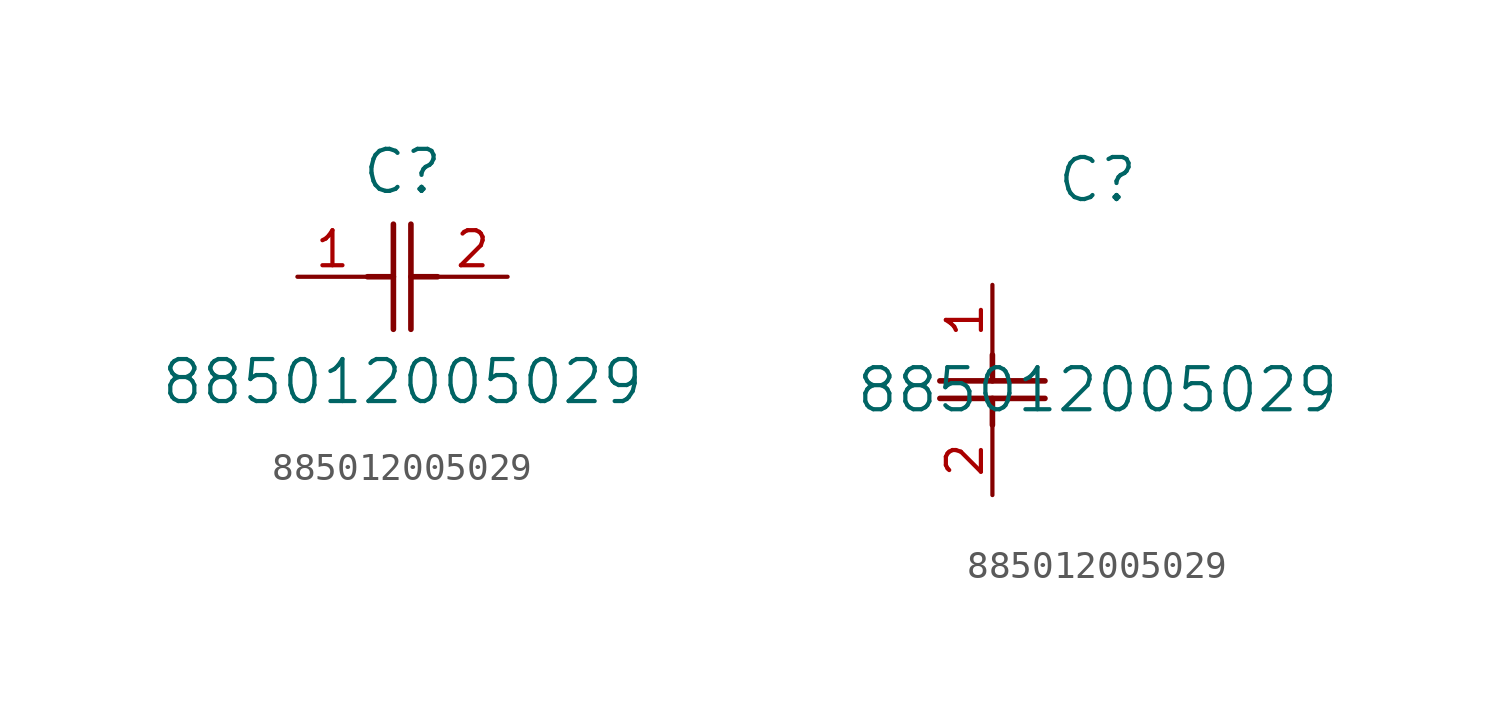
<source format=kicad_sym>
(kicad_symbol_lib
  (version 20211014)
  (generator kicad_symbol_editor)
  (symbol "885012005029"
    (pin_names
      (offset 0.254))
    (property "Reference" "C"
      (at 3.81 3.81 0)
      (effects (font (size 1.524 1.524))))
    (property "Value" "885012005029"
      (at 3.81 -3.81 0)
      (effects (font (size 1.524 1.524))))
    (symbol "885012005029_1_1"
      (polyline (pts (xy 3.48 -1.905) (xy 3.48 1.905)) (stroke (width 0.203) (type default) (color 0 0 0 0)) (fill (type none)))
      (polyline (pts (xy 4.115 -1.905) (xy 4.115 1.905)) (stroke (width 0.203) (type default) (color 0 0 0 0)) (fill (type none)))
      (polyline (pts (xy 4.115 0) (xy 5.08 0)) (stroke (width 0.203) (type default) (color 0 0 0 0)) (fill (type none)))
      (polyline (pts (xy 2.54 0) (xy 3.48 0)) (stroke (width 0.203) (type default) (color 0 0 0 0)) (fill (type none)))
      (pin unspecified line (at 0 0 0) (length 2.54) (name "" (effects (font (size 1.27 1.27)))) (number "1" (effects (font (size 1.27 1.27)))))
      (pin unspecified line (at 7.62 0 180) (length 2.54) (name "" (effects (font (size 1.27 1.27)))) (number "2" (effects (font (size 1.27 1.27))))))
    (symbol "885012005029_1_2"
      (polyline (pts (xy -1.905 -3.48) (xy 1.905 -3.48)) (stroke (width 0.203) (type default) (color 0 0 0 0)) (fill (type none)))
      (polyline (pts (xy -1.905 -4.115) (xy 1.905 -4.115)) (stroke (width 0.203) (type default) (color 0 0 0 0)) (fill (type none)))
      (polyline (pts (xy 0 -4.115) (xy 0 -5.08)) (stroke (width 0.203) (type default) (color 0 0 0 0)) (fill (type none)))
      (polyline (pts (xy 0 -2.54) (xy 0 -3.48)) (stroke (width 0.203) (type default) (color 0 0 0 0)) (fill (type none)))
      (pin unspecified line (at 0 0 270) (length 2.54) (name "" (effects (font (size 1.27 1.27)))) (number "1" (effects (font (size 1.27 1.27)))))
      (pin unspecified line (at 0 -7.62 90) (length 2.54) (name "" (effects (font (size 1.27 1.27)))) (number "2" (effects (font (size 1.27 1.27))))))))
</source>
